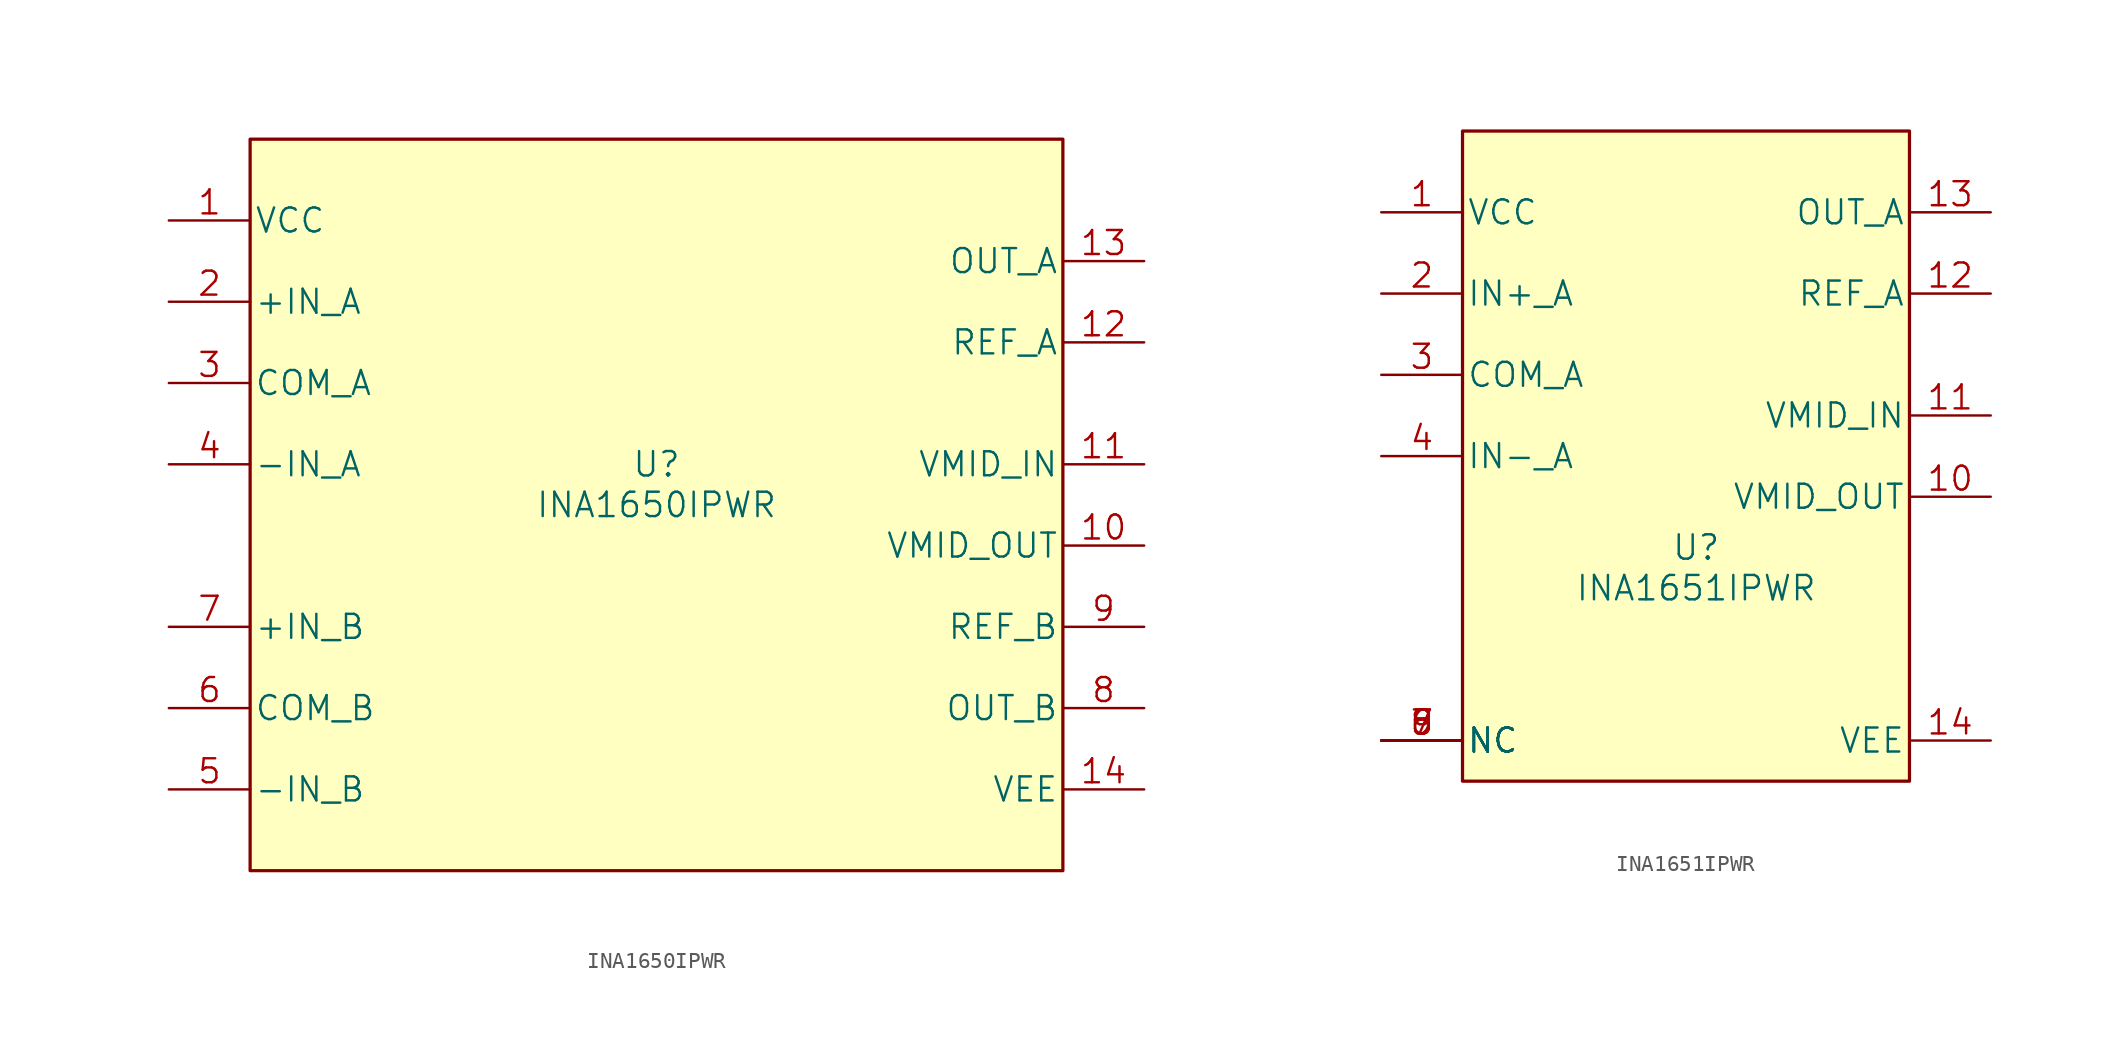
<source format=kicad_sym>
(kicad_symbol_lib
  (version 20211014)
  (generator kicad_symbol_editor)
  (symbol "INA1650IPWR"
    (pin_names
      (offset 0.254))
    (property "Reference" "U"
      (at 0 2.54 0)
      (effects (font (size 1.524 1.524))))
    (property "Value" "INA1650IPWR"
      (at 0 0 0)
      (effects (font (size 1.524 1.524))))
    (property "Datasheet" ""
      (at 0 0 0)
      (effects (font (size 1.524 1.524))))
    (symbol "INA1650IPWR_0_0"
      (rectangle (start -25.4 22.86) (end 25.4 -22.86) (stroke (width 0.203) (type default) (color 0 0 0 0)) (fill (type background))))
    (symbol "INA1650IPWR_1_0"
      (pin power_in line (at -30.48 17.78 0) (length 5.08) (name "VCC" (effects (font (size 1.499 1.499)))) (number "1" (effects (font (size 1.499 1.499)))))
      (pin output line (at 30.48 -2.54 180) (length 5.08) (name "VMID_OUT" (effects (font (size 1.499 1.499)))) (number "10" (effects (font (size 1.499 1.499)))))
      (pin input line (at 30.48 2.54 180) (length 5.08) (name "VMID_IN" (effects (font (size 1.499 1.499)))) (number "11" (effects (font (size 1.499 1.499)))))
      (pin input line (at 30.48 10.16 180) (length 5.08) (name "REF_A" (effects (font (size 1.499 1.499)))) (number "12" (effects (font (size 1.499 1.499)))))
      (pin output line (at 30.48 15.24 180) (length 5.08) (name "OUT_A" (effects (font (size 1.499 1.499)))) (number "13" (effects (font (size 1.499 1.499)))))
      (pin power_in line (at 30.48 -17.78 180) (length 5.08) (name "VEE" (effects (font (size 1.499 1.499)))) (number "14" (effects (font (size 1.499 1.499)))))
      (pin input line (at -30.48 12.7 0) (length 5.08) (name "+IN_A" (effects (font (size 1.499 1.499)))) (number "2" (effects (font (size 1.499 1.499)))))
      (pin input line (at -30.48 7.62 0) (length 5.08) (name "COM_A" (effects (font (size 1.499 1.499)))) (number "3" (effects (font (size 1.499 1.499)))))
      (pin input line (at -30.48 2.54 0) (length 5.08) (name "-IN_A" (effects (font (size 1.499 1.499)))) (number "4" (effects (font (size 1.499 1.499)))))
      (pin input line (at -30.48 -17.78 0) (length 5.08) (name "-IN_B" (effects (font (size 1.499 1.499)))) (number "5" (effects (font (size 1.499 1.499)))))
      (pin input line (at -30.48 -12.7 0) (length 5.08) (name "COM_B" (effects (font (size 1.499 1.499)))) (number "6" (effects (font (size 1.499 1.499)))))
      (pin input line (at -30.48 -7.62 0) (length 5.08) (name "+IN_B" (effects (font (size 1.499 1.499)))) (number "7" (effects (font (size 1.499 1.499)))))
      (pin output line (at 30.48 -12.7 180) (length 5.08) (name "OUT_B" (effects (font (size 1.499 1.499)))) (number "8" (effects (font (size 1.499 1.499)))))
      (pin input line (at 30.48 -7.62 180) (length 5.08) (name "REF_B" (effects (font (size 1.499 1.499)))) (number "9" (effects (font (size 1.499 1.499)))))))
  (symbol "INA1651IPWR"
    (pin_names
      (offset 0.254))
    (property "Reference" "U"
      (at 0.635 -5.715 0)
      (effects (font (size 1.524 1.524))))
    (property "Value" "INA1651IPWR"
      (at 0.635 -8.255 0)
      (effects (font (size 1.524 1.524))))
    (property "Datasheet" ""
      (at 11.43 -2.54 0)
      (effects (font (size 1.524 1.524))))
    (symbol "INA1651IPWR_1_0"
      (rectangle (start -13.97 20.32) (end 13.97 -20.32) (stroke (width 0.203) (type default) (color 0 0 0 0)) (fill (type background)))
      (pin power_in line (at -19.05 15.24 0) (length 5.08) (name "VCC" (effects (font (size 1.499 1.499)))) (number "1" (effects (font (size 1.499 1.499)))))
      (pin output line (at 19.05 -2.54 180) (length 5.08) (name "VMID_OUT" (effects (font (size 1.499 1.499)))) (number "10" (effects (font (size 1.499 1.499)))))
      (pin input line (at 19.05 2.54 180) (length 5.08) (name "VMID_IN" (effects (font (size 1.499 1.499)))) (number "11" (effects (font (size 1.499 1.499)))))
      (pin input line (at 19.05 10.16 180) (length 5.08) (name "REF_A" (effects (font (size 1.499 1.499)))) (number "12" (effects (font (size 1.499 1.499)))))
      (pin output line (at 19.05 15.24 180) (length 5.08) (name "OUT_A" (effects (font (size 1.499 1.499)))) (number "13" (effects (font (size 1.499 1.499)))))
      (pin power_in line (at 19.05 -17.78 180) (length 5.08) (name "VEE" (effects (font (size 1.499 1.499)))) (number "14" (effects (font (size 1.499 1.499)))))
      (pin input line (at -19.05 10.16 0) (length 5.08) (name "IN+_A" (effects (font (size 1.499 1.499)))) (number "2" (effects (font (size 1.499 1.499)))))
      (pin input line (at -19.05 5.08 0) (length 5.08) (name "COM_A" (effects (font (size 1.499 1.499)))) (number "3" (effects (font (size 1.499 1.499)))))
      (pin input line (at -19.05 0 0) (length 5.08) (name "IN-_A" (effects (font (size 1.499 1.499)))) (number "4" (effects (font (size 1.499 1.499)))))
      (pin unspecified line (at -19.05 -17.78 0) (length 5.08) (name "NC" (effects (font (size 1.499 1.499)))) (number "5" (effects (font (size 1.499 1.499)))))
      (pin unspecified line (at -19.05 -17.78 0) (length 5.08) (name "NC" (effects (font (size 1.499 1.499)))) (number "6" (effects (font (size 1.499 1.499)))))
      (pin unspecified line (at -19.05 -17.78 0) (length 5.08) (name "NC" (effects (font (size 1.499 1.499)))) (number "7" (effects (font (size 1.499 1.499)))))
      (pin unspecified line (at -19.05 -17.78 0) (length 5.08) (name "NC" (effects (font (size 1.499 1.499)))) (number "8" (effects (font (size 1.499 1.499)))))
      (pin unspecified line (at -19.05 -17.78 0) (length 5.08) (name "NC" (effects (font (size 1.499 1.499)))) (number "9" (effects (font (size 1.499 1.499))))))))
</source>
